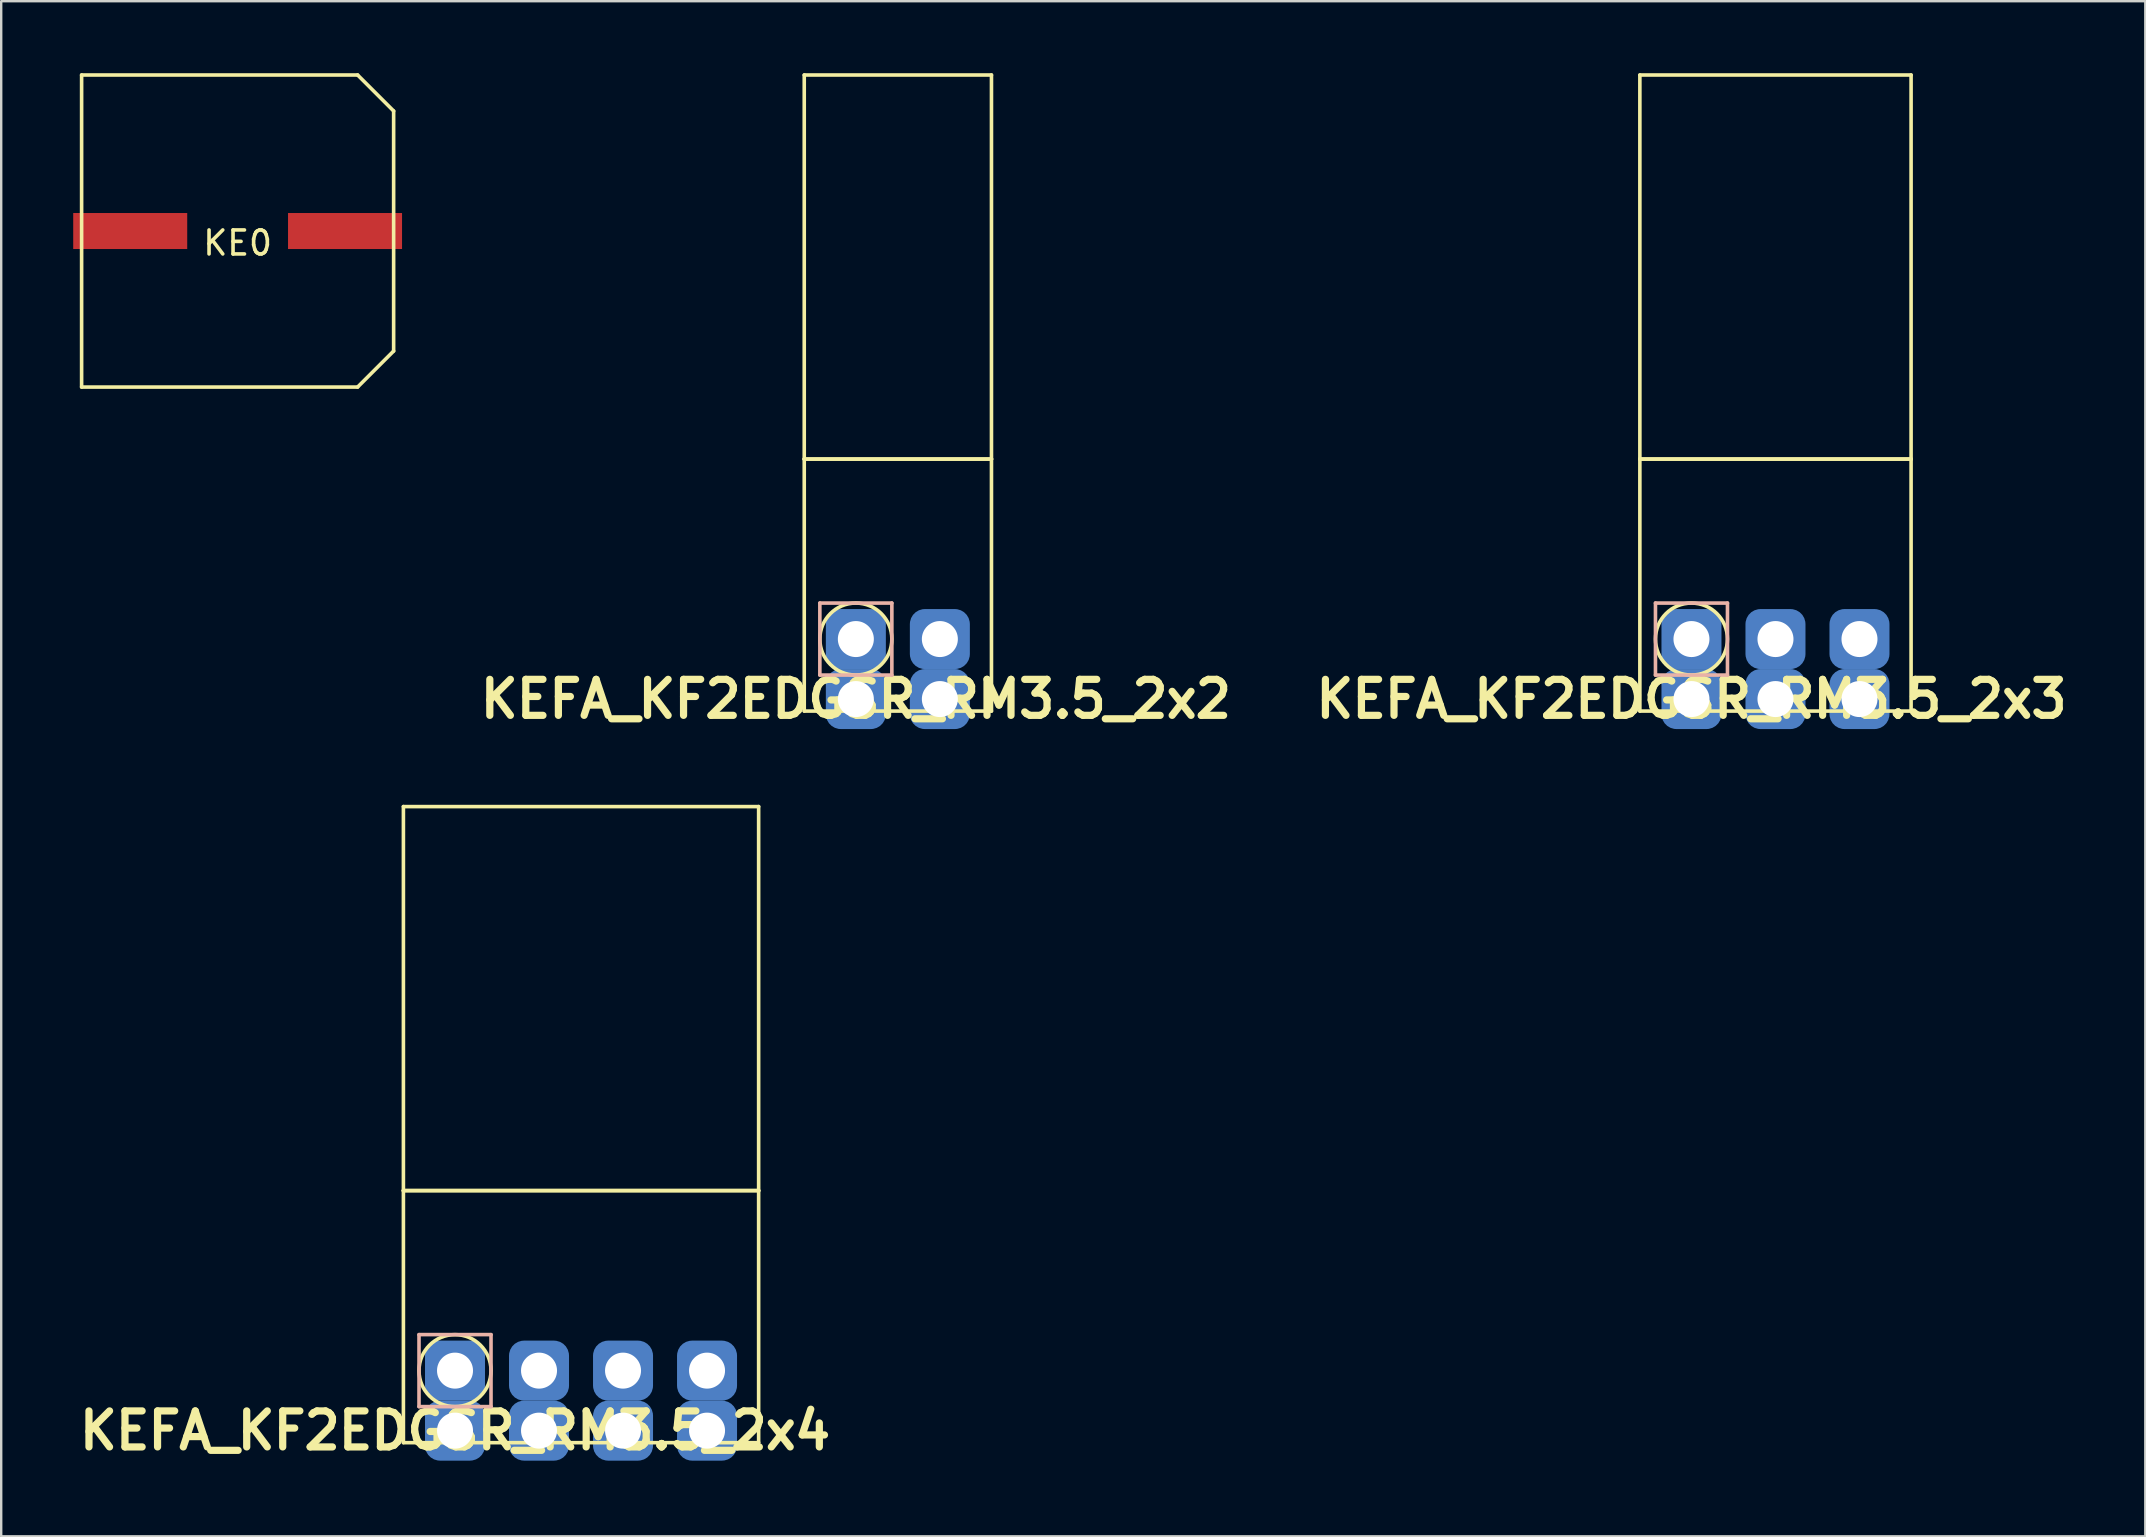
<source format=kicad_pcb>
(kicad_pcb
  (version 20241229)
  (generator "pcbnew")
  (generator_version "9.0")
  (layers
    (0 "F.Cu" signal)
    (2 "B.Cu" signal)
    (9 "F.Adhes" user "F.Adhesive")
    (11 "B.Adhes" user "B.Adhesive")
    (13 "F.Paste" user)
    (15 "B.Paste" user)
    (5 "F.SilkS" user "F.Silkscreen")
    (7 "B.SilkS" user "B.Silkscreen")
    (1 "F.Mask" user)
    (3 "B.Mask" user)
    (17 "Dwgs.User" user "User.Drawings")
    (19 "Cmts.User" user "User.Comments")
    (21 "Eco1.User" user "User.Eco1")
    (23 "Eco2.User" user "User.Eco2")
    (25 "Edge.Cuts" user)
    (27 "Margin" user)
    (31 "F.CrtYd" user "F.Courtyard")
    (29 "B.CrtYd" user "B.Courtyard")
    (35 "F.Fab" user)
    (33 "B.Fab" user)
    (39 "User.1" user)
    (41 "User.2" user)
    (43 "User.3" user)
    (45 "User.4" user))
  (footprint "KE0"
    (layer "F.Cu")
    (at 6.85 6.575)
    (property "Reference" "KE0" (at 0 0.5 0) (layer "F.SilkS") (effects (font (size 1 1) (thickness 0.15))))
    (attr through_hole)
    (fp_line (start -6.5 -6.5) (end -6.5 6.5) (stroke (width 0.15) (type solid)) (layer "F.SilkS"))
    (fp_line (start -6.5 6.5) (end 5 6.5) (stroke (width 0.15) (type solid)) (layer "F.SilkS"))
    (fp_line (start 5 -6.5) (end -6.5 -6.5) (stroke (width 0.15) (type solid)) (layer "F.SilkS"))
    (fp_line (start 5 -6.5) (end 6.5 -5) (stroke (width 0.15) (type solid)) (layer "F.SilkS"))
    (fp_line (start 5 6.5) (end 6.5 5) (stroke (width 0.15) (type solid)) (layer "F.SilkS"))
    (fp_line (start 6.5 5) (end 6.5 -5) (stroke (width 0.15) (type solid)) (layer "F.SilkS"))
    (pad "1" smd rect (at 4.475 0) (size 4.75 1.5) (layers "F.Cu" "F.Mask" "F.Paste"))
    (pad "2" smd rect (at -4.475 0) (size 4.75 1.5) (layers "F.Cu" "F.Mask" "F.Paste")))
  (footprint "KEFA_KF2EDGSR_RM3.5_2x2"
    (layer "F.Cu")
    (at 32.607 23.575)
    (property "Reference" "KEFA_KF2EDGSR_RM3.5_2x2" (at 0 2.5 0) (layer "F.SilkS") (effects (font (size 1.5 1.5) (thickness 0.3))))
    (attr through_hole)
    (fp_line (start -2.15 -23.5) (end -2.15 -7.5) (stroke (width 0.15) (type solid)) (layer "F.SilkS"))
    (fp_line (start -2.15 -7.5) (end -2.15 3) (stroke (width 0.15) (type solid)) (layer "F.SilkS"))
    (fp_line (start -2.15 -7.5) (end 5.65 -7.5) (stroke (width 0.15) (type solid)) (layer "F.SilkS"))
    (fp_line (start -2.15 3) (end 5.65 3) (stroke (width 0.15) (type solid)) (layer "F.SilkS"))
    (fp_line (start 5.65 -23.5) (end -2.15 -23.5) (stroke (width 0.15) (type solid)) (layer "F.SilkS"))
    (fp_line (start 5.65 -7.5) (end -2.15 -7.5) (stroke (width 0.15) (type solid)) (layer "F.SilkS"))
    (fp_line (start 5.65 -7.5) (end 5.65 -23.5) (stroke (width 0.15) (type solid)) (layer "F.SilkS"))
    (fp_line (start 5.65 3) (end 5.65 -7.5) (stroke (width 0.15) (type solid)) (layer "F.SilkS"))
    (fp_circle (center 0 0) (end 1.5 0) (stroke (width 0.15) (type solid)) (fill no) (layer "F.SilkS"))
    (fp_line (start -1.5 -1.5) (end 1.5 -1.5) (stroke (width 0.15) (type solid)) (layer "B.SilkS"))
    (fp_line (start -1.5 1.5) (end -1.5 -1.5) (stroke (width 0.15) (type solid)) (layer "B.SilkS"))
    (fp_line (start 1.5 -1.5) (end 1.5 1.5) (stroke (width 0.15) (type solid)) (layer "B.SilkS"))
    (fp_line (start 1.5 1.5) (end -1.5 1.5) (stroke (width 0.15) (type solid)) (layer "B.SilkS"))
    (pad "1" thru_hole circle (at 0 0) (size 1.8 1.8) (drill 1.5) (layers "*.Cu" "*.Mask"))
    (pad "1" smd roundrect (at 0 0) (size 2.5 2.5) (layers "B.Cu" "B.Mask") (roundrect_rratio 0.25))
    (pad "2" thru_hole circle (at 3.5 0) (size 1.8 1.8) (drill 1.5) (layers "*.Cu" "*.Mask"))
    (pad "2" smd roundrect (at 3.5 0) (size 2.5 2.5) (layers "B.Cu" "B.Mask") (roundrect_rratio 0.25))
    (pad "3" thru_hole circle (at 0 2.5) (size 1.8 1.8) (drill 1.5) (layers "*.Cu" "*.Mask"))
    (pad "3" smd roundrect (at 0 2.5) (size 2.5 2.5) (layers "B.Cu" "B.Mask") (roundrect_rratio 0.25))
    (pad "4" thru_hole circle (at 3.5 2.5) (size 1.8 1.8) (drill 1.5) (layers "*.Cu" "*.Mask"))
    (pad "4" smd roundrect (at 3.5 2.5) (size 2.5 2.5) (layers "B.Cu" "B.Mask") (roundrect_rratio 0.25)))
  (footprint "KEFA_KF2EDGSR_RM3.5_2x3"
    (layer "F.Cu")
    (at 67.421 23.575)
    (property "Reference" "KEFA_KF2EDGSR_RM3.5_2x3" (at 0 2.5 0) (layer "F.SilkS") (effects (font (size 1.5 1.5) (thickness 0.3))))
    (attr through_hole)
    (fp_line (start -2.15 -23.5) (end -2.15 -7.5) (stroke (width 0.15) (type solid)) (layer "F.SilkS"))
    (fp_line (start -2.15 -7.5) (end -2.15 3) (stroke (width 0.15) (type solid)) (layer "F.SilkS"))
    (fp_line (start -2.15 -7.5) (end 9.15 -7.5) (stroke (width 0.15) (type solid)) (layer "F.SilkS"))
    (fp_line (start -2.15 3) (end 9.15 3) (stroke (width 0.15) (type solid)) (layer "F.SilkS"))
    (fp_line (start 9.15 -23.5) (end -2.15 -23.5) (stroke (width 0.15) (type solid)) (layer "F.SilkS"))
    (fp_line (start 9.15 -7.5) (end -2.15 -7.5) (stroke (width 0.15) (type solid)) (layer "F.SilkS"))
    (fp_line (start 9.15 -7.5) (end 9.15 -23.5) (stroke (width 0.15) (type solid)) (layer "F.SilkS"))
    (fp_line (start 9.15 3) (end 9.15 -7.5) (stroke (width 0.15) (type solid)) (layer "F.SilkS"))
    (fp_circle (center 0 0) (end 1.5 0) (stroke (width 0.15) (type solid)) (fill no) (layer "F.SilkS"))
    (fp_line (start -1.5 -1.5) (end 1.5 -1.5) (stroke (width 0.15) (type solid)) (layer "B.SilkS"))
    (fp_line (start -1.5 1.5) (end -1.5 -1.5) (stroke (width 0.15) (type solid)) (layer "B.SilkS"))
    (fp_line (start 1.5 -1.5) (end 1.5 1.5) (stroke (width 0.15) (type solid)) (layer "B.SilkS"))
    (fp_line (start 1.5 1.5) (end -1.5 1.5) (stroke (width 0.15) (type solid)) (layer "B.SilkS"))
    (pad "1" thru_hole circle (at 0 0) (size 1.8 1.8) (drill 1.5) (layers "*.Cu" "*.Mask"))
    (pad "1" smd roundrect (at 0 0) (size 2.5 2.5) (layers "B.Cu" "B.Mask") (roundrect_rratio 0.25))
    (pad "2" thru_hole circle (at 3.5 0) (size 1.8 1.8) (drill 1.5) (layers "*.Cu" "*.Mask"))
    (pad "2" smd roundrect (at 3.5 0) (size 2.5 2.5) (layers "B.Cu" "B.Mask") (roundrect_rratio 0.25))
    (pad "3" thru_hole circle (at 7 0) (size 1.8 1.8) (drill 1.5) (layers "*.Cu" "*.Mask"))
    (pad "3" smd roundrect (at 7 0) (size 2.5 2.5) (layers "B.Cu" "B.Mask") (roundrect_rratio 0.25))
    (pad "4" thru_hole circle (at 0 2.5) (size 1.8 1.8) (drill 1.5) (layers "*.Cu" "*.Mask"))
    (pad "4" smd roundrect (at 0 2.5) (size 2.5 2.5) (layers "B.Cu" "B.Mask") (roundrect_rratio 0.25))
    (pad "5" thru_hole circle (at 3.5 2.5) (size 1.8 1.8) (drill 1.5) (layers "*.Cu" "*.Mask"))
    (pad "5" smd roundrect (at 3.5 2.5) (size 2.5 2.5) (layers "B.Cu" "B.Mask") (roundrect_rratio 0.25))
    (pad "6" thru_hole circle (at 7 2.5) (size 1.8 1.8) (drill 1.5) (layers "*.Cu" "*.Mask"))
    (pad "6" smd roundrect (at 7 2.5) (size 2.5 2.5) (layers "B.Cu" "B.Mask") (roundrect_rratio 0.25)))
  (footprint "KEFA_KF2EDGSR_RM3.5_2x4"
    (layer "F.Cu")
    (at 15.907 54.054)
    (property "Reference" "KEFA_KF2EDGSR_RM3.5_2x4" (at 0 2.5 0) (layer "F.SilkS") (effects (font (size 1.5 1.5) (thickness 0.3))))
    (attr through_hole)
    (fp_line (start -2.15 -23.5) (end -2.15 -7.5) (stroke (width 0.15) (type solid)) (layer "F.SilkS"))
    (fp_line (start -2.15 -7.5) (end -2.15 3) (stroke (width 0.15) (type solid)) (layer "F.SilkS"))
    (fp_line (start -2.15 -7.5) (end 12.65 -7.5) (stroke (width 0.15) (type solid)) (layer "F.SilkS"))
    (fp_line (start -2.15 3) (end 12.65 3) (stroke (width 0.15) (type solid)) (layer "F.SilkS"))
    (fp_line (start 12.65 -23.5) (end -2.15 -23.5) (stroke (width 0.15) (type solid)) (layer "F.SilkS"))
    (fp_line (start 12.65 -7.5) (end -2.15 -7.5) (stroke (width 0.15) (type solid)) (layer "F.SilkS"))
    (fp_line (start 12.65 -7.5) (end 12.65 -23.5) (stroke (width 0.15) (type solid)) (layer "F.SilkS"))
    (fp_line (start 12.65 3) (end 12.65 -7.5) (stroke (width 0.15) (type solid)) (layer "F.SilkS"))
    (fp_circle (center 0 0) (end 1.5 0) (stroke (width 0.15) (type solid)) (fill no) (layer "F.SilkS"))
    (fp_line (start -1.5 -1.5) (end 1.5 -1.5) (stroke (width 0.15) (type solid)) (layer "B.SilkS"))
    (fp_line (start -1.5 1.5) (end -1.5 -1.5) (stroke (width 0.15) (type solid)) (layer "B.SilkS"))
    (fp_line (start 1.5 -1.5) (end 1.5 1.5) (stroke (width 0.15) (type solid)) (layer "B.SilkS"))
    (fp_line (start 1.5 1.5) (end -1.5 1.5) (stroke (width 0.15) (type solid)) (layer "B.SilkS"))
    (pad "1" thru_hole circle (at 0 0) (size 1.8 1.8) (drill 1.5) (layers "*.Cu" "*.Mask"))
    (pad "1" smd roundrect (at 0 0) (size 2.5 2.5) (layers "B.Cu" "B.Mask") (roundrect_rratio 0.25))
    (pad "2" thru_hole circle (at 3.5 0) (size 1.8 1.8) (drill 1.5) (layers "*.Cu" "*.Mask"))
    (pad "2" smd roundrect (at 3.5 0) (size 2.5 2.5) (layers "B.Cu" "B.Mask") (roundrect_rratio 0.25))
    (pad "3" thru_hole circle (at 7 0) (size 1.8 1.8) (drill 1.5) (layers "*.Cu" "*.Mask"))
    (pad "3" smd roundrect (at 7 0) (size 2.5 2.5) (layers "B.Cu" "B.Mask") (roundrect_rratio 0.25))
    (pad "4" thru_hole circle (at 10.5 0) (size 1.8 1.8) (drill 1.5) (layers "*.Cu" "*.Mask"))
    (pad "4" smd roundrect (at 10.5 0) (size 2.5 2.5) (layers "B.Cu" "B.Mask") (roundrect_rratio 0.25))
    (pad "5" thru_hole circle (at 0 2.5) (size 1.8 1.8) (drill 1.5) (layers "*.Cu" "*.Mask"))
    (pad "5" smd roundrect (at 0 2.5) (size 2.5 2.5) (layers "B.Cu" "B.Mask") (roundrect_rratio 0.25))
    (pad "6" thru_hole circle (at 3.5 2.5) (size 1.8 1.8) (drill 1.5) (layers "*.Cu" "*.Mask"))
    (pad "6" smd roundrect (at 3.5 2.5) (size 2.5 2.5) (layers "B.Cu" "B.Mask") (roundrect_rratio 0.25))
    (pad "7" thru_hole circle (at 7 2.5) (size 1.8 1.8) (drill 1.5) (layers "*.Cu" "*.Mask"))
    (pad "7" smd roundrect (at 7 2.5) (size 2.5 2.5) (layers "B.Cu" "B.Mask") (roundrect_rratio 0.25))
    (pad "8" thru_hole circle (at 10.5 2.5) (size 1.8 1.8) (drill 1.5) (layers "*.Cu" "*.Mask"))
    (pad "8" smd roundrect (at 10.5 2.5) (size 2.5 2.5) (layers "B.Cu" "B.Mask") (roundrect_rratio 0.25)))
  (gr_rect
    (start -3 -3)
    (end 86.329 60.958)
    (stroke (width 0.1) (type default))
    (fill no)
    (layer "Edge.Cuts")))
</source>
